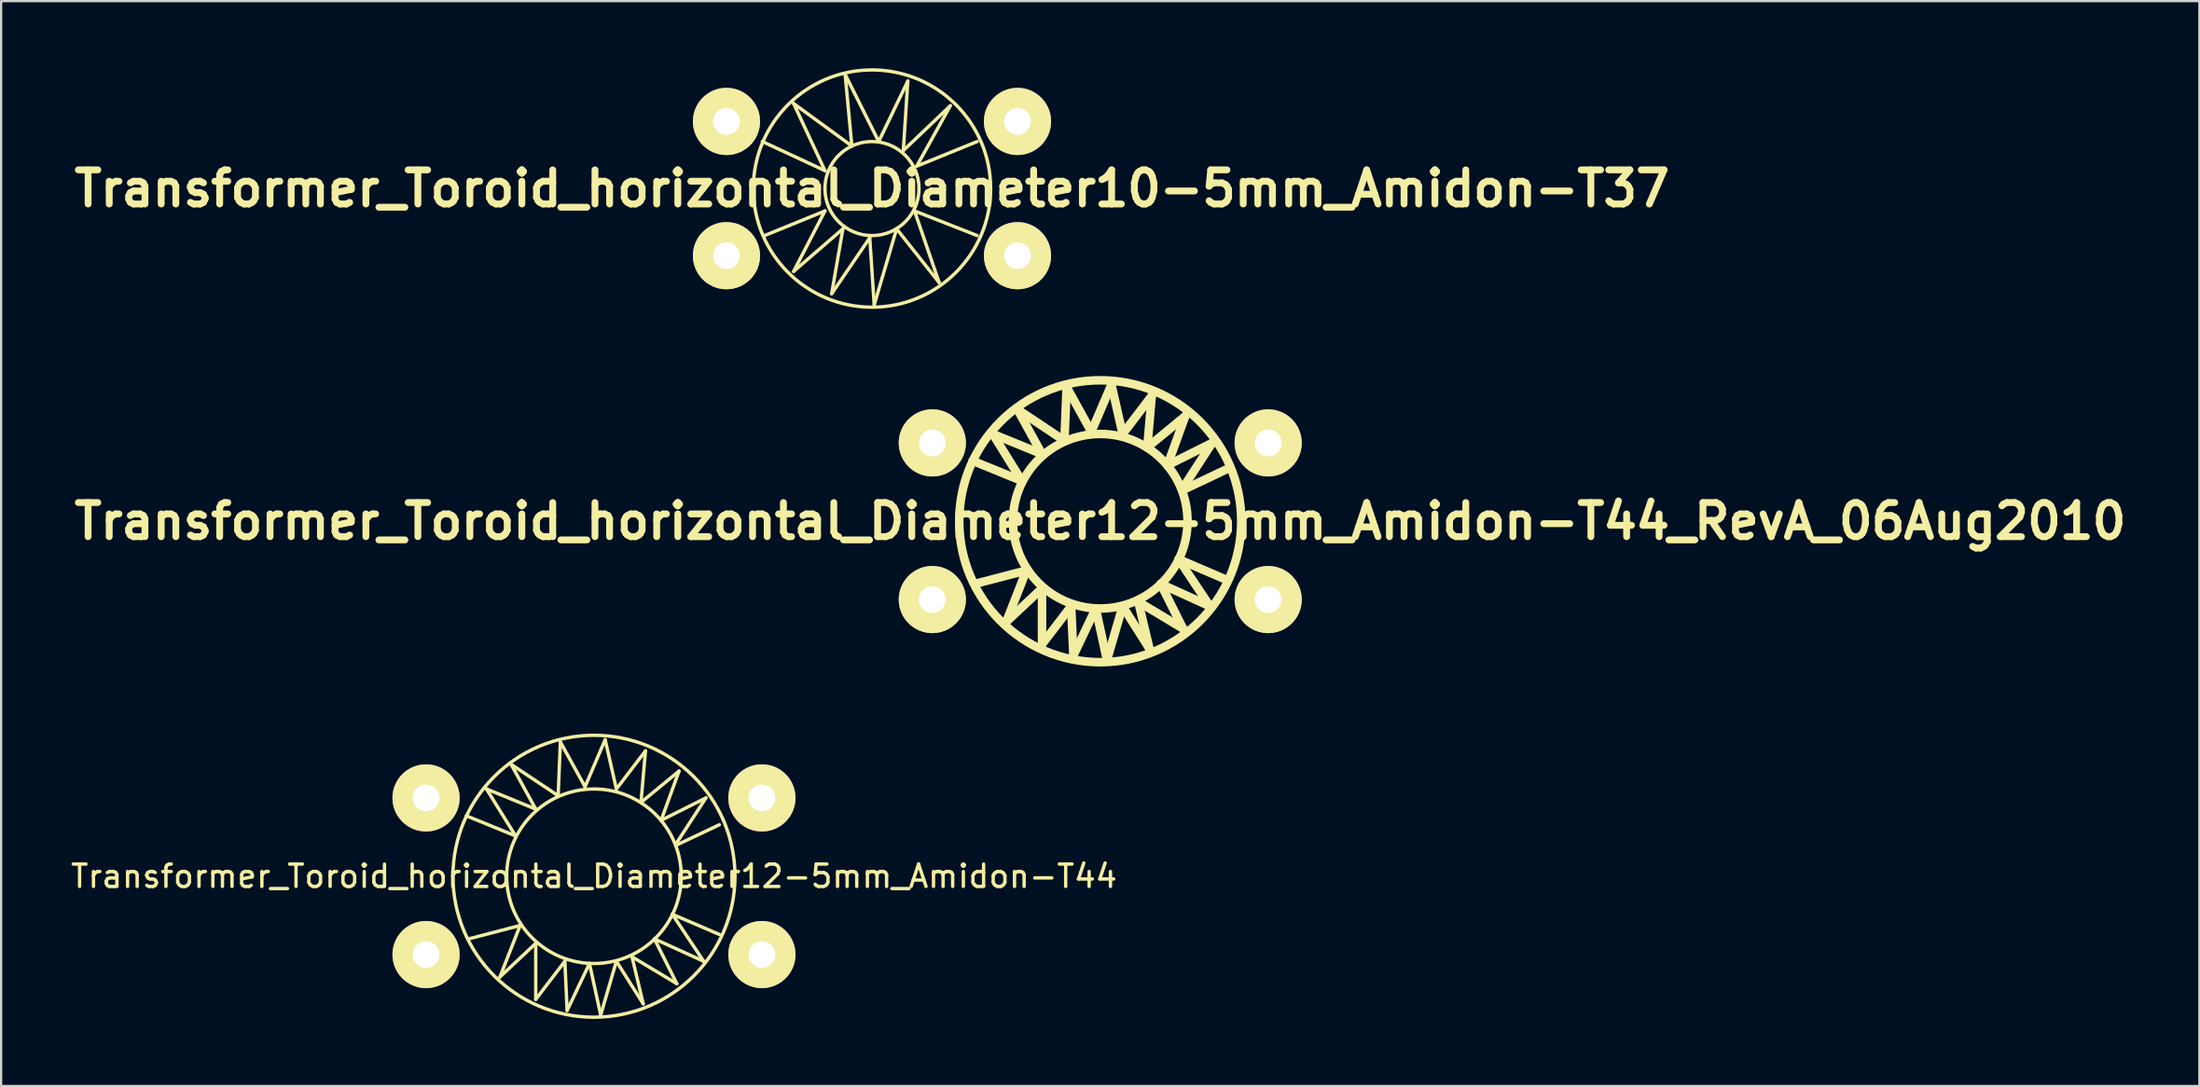
<source format=kicad_pcb>
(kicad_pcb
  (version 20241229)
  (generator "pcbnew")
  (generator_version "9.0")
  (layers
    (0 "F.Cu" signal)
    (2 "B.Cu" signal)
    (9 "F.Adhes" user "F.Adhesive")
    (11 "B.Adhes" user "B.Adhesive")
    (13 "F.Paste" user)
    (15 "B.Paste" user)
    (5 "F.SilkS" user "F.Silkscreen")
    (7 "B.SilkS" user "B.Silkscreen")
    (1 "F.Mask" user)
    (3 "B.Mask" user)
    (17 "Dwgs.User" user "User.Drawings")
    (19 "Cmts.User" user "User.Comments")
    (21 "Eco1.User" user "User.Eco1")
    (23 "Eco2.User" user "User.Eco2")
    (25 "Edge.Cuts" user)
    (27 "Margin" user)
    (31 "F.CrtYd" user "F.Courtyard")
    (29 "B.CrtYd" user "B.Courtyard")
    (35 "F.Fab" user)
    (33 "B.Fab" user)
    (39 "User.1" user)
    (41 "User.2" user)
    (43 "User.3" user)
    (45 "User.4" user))
  (footprint "Transformer_Toroid_horizontal_Diameter12-5mm_Amidon-T44"
    (layer "F.Cu")
    (at 23.482 36.106)
    (property "Reference" "Transformer_Toroid_horizontal_Diameter12-5mm_Amidon-T44" (at 0 0 0) (layer "F.SilkS") (effects (font (size 1 1) (thickness 0.15))))
    (attr through_hole)
    (fp_line (start -5.7 -2.7) (end -3.5 -1.801) (stroke (width 0.15) (type solid)) (layer "F.SilkS"))
    (fp_line (start -5.601 2.799) (end -3.299 2.2) (stroke (width 0.15) (type solid)) (layer "F.SilkS"))
    (fp_line (start -4.801 -3.899) (end -2.601 -3) (stroke (width 0.15) (type solid)) (layer "F.SilkS"))
    (fp_line (start -4.201 4.501) (end -2.601 3) (stroke (width 0.15) (type solid)) (layer "F.SilkS"))
    (fp_line (start -3.701 -5.001) (end -1.6 -3.599) (stroke (width 0.15) (type solid)) (layer "F.SilkS"))
    (fp_line (start -3.5 -1.801) (end -4.801 -3.899) (stroke (width 0.15) (type solid)) (layer "F.SilkS"))
    (fp_line (start -3.299 2.2) (end -4.201 4.501) (stroke (width 0.15) (type solid)) (layer "F.SilkS"))
    (fp_line (start -2.601 -3) (end -3.701 -5.001) (stroke (width 0.15) (type solid)) (layer "F.SilkS"))
    (fp_line (start -2.601 3) (end -2.601 5.499) (stroke (width 0.15) (type solid)) (layer "F.SilkS"))
    (fp_line (start -2.601 5.499) (end -1.3 3.8) (stroke (width 0.15) (type solid)) (layer "F.SilkS"))
    (fp_line (start -1.6 -3.599) (end -1.501 -5.999) (stroke (width 0.15) (type solid)) (layer "F.SilkS"))
    (fp_line (start -1.501 -5.999) (end -0.399 -4) (stroke (width 0.15) (type solid)) (layer "F.SilkS"))
    (fp_line (start -1.3 3.8) (end -1.199 5.999) (stroke (width 0.15) (type solid)) (layer "F.SilkS"))
    (fp_line (start -1.199 5.999) (end -0.201 3.899) (stroke (width 0.15) (type solid)) (layer "F.SilkS"))
    (fp_line (start -0.399 -4) (end 0.5 -6.101) (stroke (width 0.15) (type solid)) (layer "F.SilkS"))
    (fp_line (start -0.201 3.899) (end 0.3 6.2) (stroke (width 0.15) (type solid)) (layer "F.SilkS"))
    (fp_line (start 0.3 6.2) (end 1.001 3.8) (stroke (width 0.15) (type solid)) (layer "F.SilkS"))
    (fp_line (start 0.5 -6.101) (end 1.001 -3.899) (stroke (width 0.15) (type solid)) (layer "F.SilkS"))
    (fp_line (start 1.001 -3.899) (end 2.301 -5.601) (stroke (width 0.15) (type solid)) (layer "F.SilkS"))
    (fp_line (start 1.001 3.8) (end 2.2 5.7) (stroke (width 0.15) (type solid)) (layer "F.SilkS"))
    (fp_line (start 1.699 3.599) (end 3.701 4.801) (stroke (width 0.15) (type solid)) (layer "F.SilkS"))
    (fp_line (start 2.101 -3.299) (end 3.8 -4.699) (stroke (width 0.15) (type solid)) (layer "F.SilkS"))
    (fp_line (start 2.2 5.7) (end 1.699 3.599) (stroke (width 0.15) (type solid)) (layer "F.SilkS"))
    (fp_line (start 2.301 -5.601) (end 2.101 -3.299) (stroke (width 0.15) (type solid)) (layer "F.SilkS"))
    (fp_line (start 2.7 2.799) (end 4.9 3.8) (stroke (width 0.15) (type solid)) (layer "F.SilkS"))
    (fp_line (start 3 -2.499) (end 5.001 -3.5) (stroke (width 0.15) (type solid)) (layer "F.SilkS"))
    (fp_line (start 3.5 1.699) (end 5.601 2.601) (stroke (width 0.15) (type solid)) (layer "F.SilkS"))
    (fp_line (start 3.701 -1.4) (end 5.601 -2.301) (stroke (width 0.15) (type solid)) (layer "F.SilkS"))
    (fp_line (start 3.701 4.801) (end 2.7 2.799) (stroke (width 0.15) (type solid)) (layer "F.SilkS"))
    (fp_line (start 3.8 -4.699) (end 3 -2.499) (stroke (width 0.15) (type solid)) (layer "F.SilkS"))
    (fp_line (start 4.9 3.8) (end 3.5 1.699) (stroke (width 0.15) (type solid)) (layer "F.SilkS"))
    (fp_line (start 5.001 -3.5) (end 3.701 -1.501) (stroke (width 0.15) (type solid)) (layer "F.SilkS"))
    (fp_circle (center 0 0) (end 3.899 0) (stroke (width 0.15) (type solid)) (fill no) (layer "F.SilkS"))
    (fp_circle (center 0 0) (end 6.299 0) (stroke (width 0.15) (type solid)) (fill no) (layer "F.SilkS"))
    (pad "1" thru_hole circle (at -7.501 3.5) (size 3 3) (drill 1.199) (layers "*.Cu" "*.Mask" "F.SilkS"))
    (pad "2" thru_hole circle (at 7.501 3.5) (size 3 3) (drill 1.199) (layers "*.Cu" "*.Mask" "F.SilkS"))
    (pad "3" thru_hole circle (at -7.501 -3.5) (size 3 3) (drill 1.199) (layers "*.Cu" "*.Mask" "F.SilkS"))
    (pad "4" thru_hole circle (at 7.501 -3.5) (size 3 3) (drill 1.199) (layers "*.Cu" "*.Mask" "F.SilkS")))
  (footprint "Transformer_Toroid_horizontal_Diameter12-5mm_Amidon-T44_RevA_06Aug2010"
    (layer "F.Cu")
    (at 46.097 20.242)
    (property "Reference" "Transformer_Toroid_horizontal_Diameter12-5mm_Amidon-T44_RevA_06Aug2010" (at 0 0 0) (layer "F.SilkS") (effects (font (size 1.524 1.524) (thickness 0.305))))
    (attr through_hole)
    (fp_line (start -5.7 -2.7) (end -3.5 -1.801) (stroke (width 0.381) (type solid)) (layer "F.SilkS"))
    (fp_line (start -5.601 2.799) (end -3.299 2.2) (stroke (width 0.381) (type solid)) (layer "F.SilkS"))
    (fp_line (start -4.801 -3.899) (end -2.601 -3) (stroke (width 0.381) (type solid)) (layer "F.SilkS"))
    (fp_line (start -4.201 4.501) (end -2.601 3) (stroke (width 0.381) (type solid)) (layer "F.SilkS"))
    (fp_line (start -3.701 -5.001) (end -1.6 -3.599) (stroke (width 0.381) (type solid)) (layer "F.SilkS"))
    (fp_line (start -3.5 -1.801) (end -4.801 -3.899) (stroke (width 0.381) (type solid)) (layer "F.SilkS"))
    (fp_line (start -3.299 2.2) (end -4.201 4.501) (stroke (width 0.381) (type solid)) (layer "F.SilkS"))
    (fp_line (start -2.601 -3) (end -3.701 -5.001) (stroke (width 0.381) (type solid)) (layer "F.SilkS"))
    (fp_line (start -2.601 3) (end -2.601 5.499) (stroke (width 0.381) (type solid)) (layer "F.SilkS"))
    (fp_line (start -2.601 5.499) (end -1.3 3.8) (stroke (width 0.381) (type solid)) (layer "F.SilkS"))
    (fp_line (start -1.6 -3.599) (end -1.501 -5.999) (stroke (width 0.381) (type solid)) (layer "F.SilkS"))
    (fp_line (start -1.501 -5.999) (end -0.399 -4) (stroke (width 0.381) (type solid)) (layer "F.SilkS"))
    (fp_line (start -1.3 3.8) (end -1.199 5.999) (stroke (width 0.381) (type solid)) (layer "F.SilkS"))
    (fp_line (start -1.199 5.999) (end -0.201 3.899) (stroke (width 0.381) (type solid)) (layer "F.SilkS"))
    (fp_line (start -0.399 -4) (end 0.5 -6.101) (stroke (width 0.381) (type solid)) (layer "F.SilkS"))
    (fp_line (start -0.201 3.899) (end 0.3 6.2) (stroke (width 0.381) (type solid)) (layer "F.SilkS"))
    (fp_line (start 0.3 6.2) (end 1.001 3.8) (stroke (width 0.381) (type solid)) (layer "F.SilkS"))
    (fp_line (start 0.5 -6.101) (end 1.001 -3.899) (stroke (width 0.381) (type solid)) (layer "F.SilkS"))
    (fp_line (start 1.001 -3.899) (end 2.301 -5.601) (stroke (width 0.381) (type solid)) (layer "F.SilkS"))
    (fp_line (start 1.001 3.8) (end 2.2 5.7) (stroke (width 0.381) (type solid)) (layer "F.SilkS"))
    (fp_line (start 1.699 3.599) (end 3.701 4.801) (stroke (width 0.381) (type solid)) (layer "F.SilkS"))
    (fp_line (start 2.101 -3.299) (end 3.8 -4.699) (stroke (width 0.381) (type solid)) (layer "F.SilkS"))
    (fp_line (start 2.2 5.7) (end 1.699 3.599) (stroke (width 0.381) (type solid)) (layer "F.SilkS"))
    (fp_line (start 2.301 -5.601) (end 2.101 -3.299) (stroke (width 0.381) (type solid)) (layer "F.SilkS"))
    (fp_line (start 2.7 2.799) (end 4.9 3.8) (stroke (width 0.381) (type solid)) (layer "F.SilkS"))
    (fp_line (start 3 -2.499) (end 5.001 -3.5) (stroke (width 0.381) (type solid)) (layer "F.SilkS"))
    (fp_line (start 3.5 1.699) (end 5.601 2.601) (stroke (width 0.381) (type solid)) (layer "F.SilkS"))
    (fp_line (start 3.701 -1.4) (end 5.601 -2.301) (stroke (width 0.381) (type solid)) (layer "F.SilkS"))
    (fp_line (start 3.701 4.801) (end 2.7 2.799) (stroke (width 0.381) (type solid)) (layer "F.SilkS"))
    (fp_line (start 3.8 -4.699) (end 3 -2.499) (stroke (width 0.381) (type solid)) (layer "F.SilkS"))
    (fp_line (start 4.9 3.8) (end 3.5 1.699) (stroke (width 0.381) (type solid)) (layer "F.SilkS"))
    (fp_line (start 5.001 -3.5) (end 3.701 -1.501) (stroke (width 0.381) (type solid)) (layer "F.SilkS"))
    (fp_circle (center 0 0) (end 3.899 0) (stroke (width 0.381) (type solid)) (fill no) (layer "F.SilkS"))
    (fp_circle (center 0 0) (end 6.299 0) (stroke (width 0.381) (type solid)) (fill no) (layer "F.SilkS"))
    (pad "1" thru_hole circle (at -7.501 3.5) (size 3 3) (drill 1.199) (layers "*.Cu" "*.Mask" "F.SilkS"))
    (pad "2" thru_hole circle (at 7.501 3.5) (size 3 3) (drill 1.199) (layers "*.Cu" "*.Mask" "F.SilkS"))
    (pad "3" thru_hole circle (at -7.501 -3.5) (size 3 3) (drill 1.199) (layers "*.Cu" "*.Mask" "F.SilkS"))
    (pad "4" thru_hole circle (at 7.501 -3.5) (size 3 3) (drill 1.199) (layers "*.Cu" "*.Mask" "F.SilkS")))
  (footprint "Transformer_Toroid_horizontal_Diameter10-5mm_Amidon-T37"
    (layer "F.Cu")
    (at 35.901 5.376)
    (property "Reference" "Transformer_Toroid_horizontal_Diameter10-5mm_Amidon-T37" (at 0 0 0) (layer "F.SilkS") (effects (font (size 1.524 1.524) (thickness 0.305))))
    (attr through_hole)
    (fp_line (start -4.9 -2.101) (end -2.101 -0.8) (stroke (width 0.15) (type solid)) (layer "F.SilkS"))
    (fp_line (start -4.801 2.101) (end -2.101 1.001) (stroke (width 0.15) (type solid)) (layer "F.SilkS"))
    (fp_line (start -3.5 -3.8) (end -0.899 -1.9) (stroke (width 0.15) (type solid)) (layer "F.SilkS"))
    (fp_line (start -3.5 3.701) (end -1.3 1.801) (stroke (width 0.15) (type solid)) (layer "F.SilkS"))
    (fp_line (start -2.101 -0.8) (end -3.5 -3.8) (stroke (width 0.15) (type solid)) (layer "F.SilkS"))
    (fp_line (start -2.101 1.001) (end -3.5 3.701) (stroke (width 0.15) (type solid)) (layer "F.SilkS"))
    (fp_line (start -1.801 4.699) (end -0.099 2.2) (stroke (width 0.15) (type solid)) (layer "F.SilkS"))
    (fp_line (start -1.3 1.801) (end -1.801 4.699) (stroke (width 0.15) (type solid)) (layer "F.SilkS"))
    (fp_line (start -1.199 -5.1) (end 0.3 -2.101) (stroke (width 0.15) (type solid)) (layer "F.SilkS"))
    (fp_line (start -0.899 -1.9) (end -1.199 -5.1) (stroke (width 0.15) (type solid)) (layer "F.SilkS"))
    (fp_line (start -0.099 2.2) (end 0.099 5.199) (stroke (width 0.15) (type solid)) (layer "F.SilkS"))
    (fp_line (start 0.099 5.199) (end 1.1 1.801) (stroke (width 0.15) (type solid)) (layer "F.SilkS"))
    (fp_line (start 0.3 -2.101) (end 1.6 -4.801) (stroke (width 0.15) (type solid)) (layer "F.SilkS"))
    (fp_line (start 1.1 1.801) (end 3 4.201) (stroke (width 0.15) (type solid)) (layer "F.SilkS"))
    (fp_line (start 1.4 -1.699) (end 3.5 -3.701) (stroke (width 0.15) (type solid)) (layer "F.SilkS"))
    (fp_line (start 1.6 -4.801) (end 1.4 -1.699) (stroke (width 0.15) (type solid)) (layer "F.SilkS"))
    (fp_line (start 1.9 1.001) (end 4.699 2.101) (stroke (width 0.15) (type solid)) (layer "F.SilkS"))
    (fp_line (start 1.999 -1.001) (end 4.699 -2.101) (stroke (width 0.15) (type solid)) (layer "F.SilkS"))
    (fp_line (start 3 4.201) (end 1.9 1.001) (stroke (width 0.15) (type solid)) (layer "F.SilkS"))
    (fp_line (start 3.5 -3.701) (end 1.999 -1.001) (stroke (width 0.15) (type solid)) (layer "F.SilkS"))
    (fp_circle (center 0 0) (end 2.101 0) (stroke (width 0.15) (type solid)) (fill no) (layer "F.SilkS"))
    (fp_circle (center 0 0) (end 5.301 0) (stroke (width 0.15) (type solid)) (fill no) (layer "F.SilkS"))
    (pad "1" thru_hole circle (at -6.5 3) (size 3 3) (drill 1.199) (layers "*.Cu" "*.Mask" "F.SilkS"))
    (pad "2" thru_hole circle (at 6.5 3) (size 3 3) (drill 1.199) (layers "*.Cu" "*.Mask" "F.SilkS"))
    (pad "3" thru_hole circle (at -6.5 -3) (size 3 3) (drill 1.199) (layers "*.Cu" "*.Mask" "F.SilkS"))
    (pad "4" thru_hole circle (at 6.5 -3) (size 3 3) (drill 1.199) (layers "*.Cu" "*.Mask" "F.SilkS")))
  (gr_rect
    (start -3 -3)
    (end 95.195 45.48)
    (stroke (width 0.1) (type default))
    (fill no)
    (layer "Edge.Cuts")))
</source>
